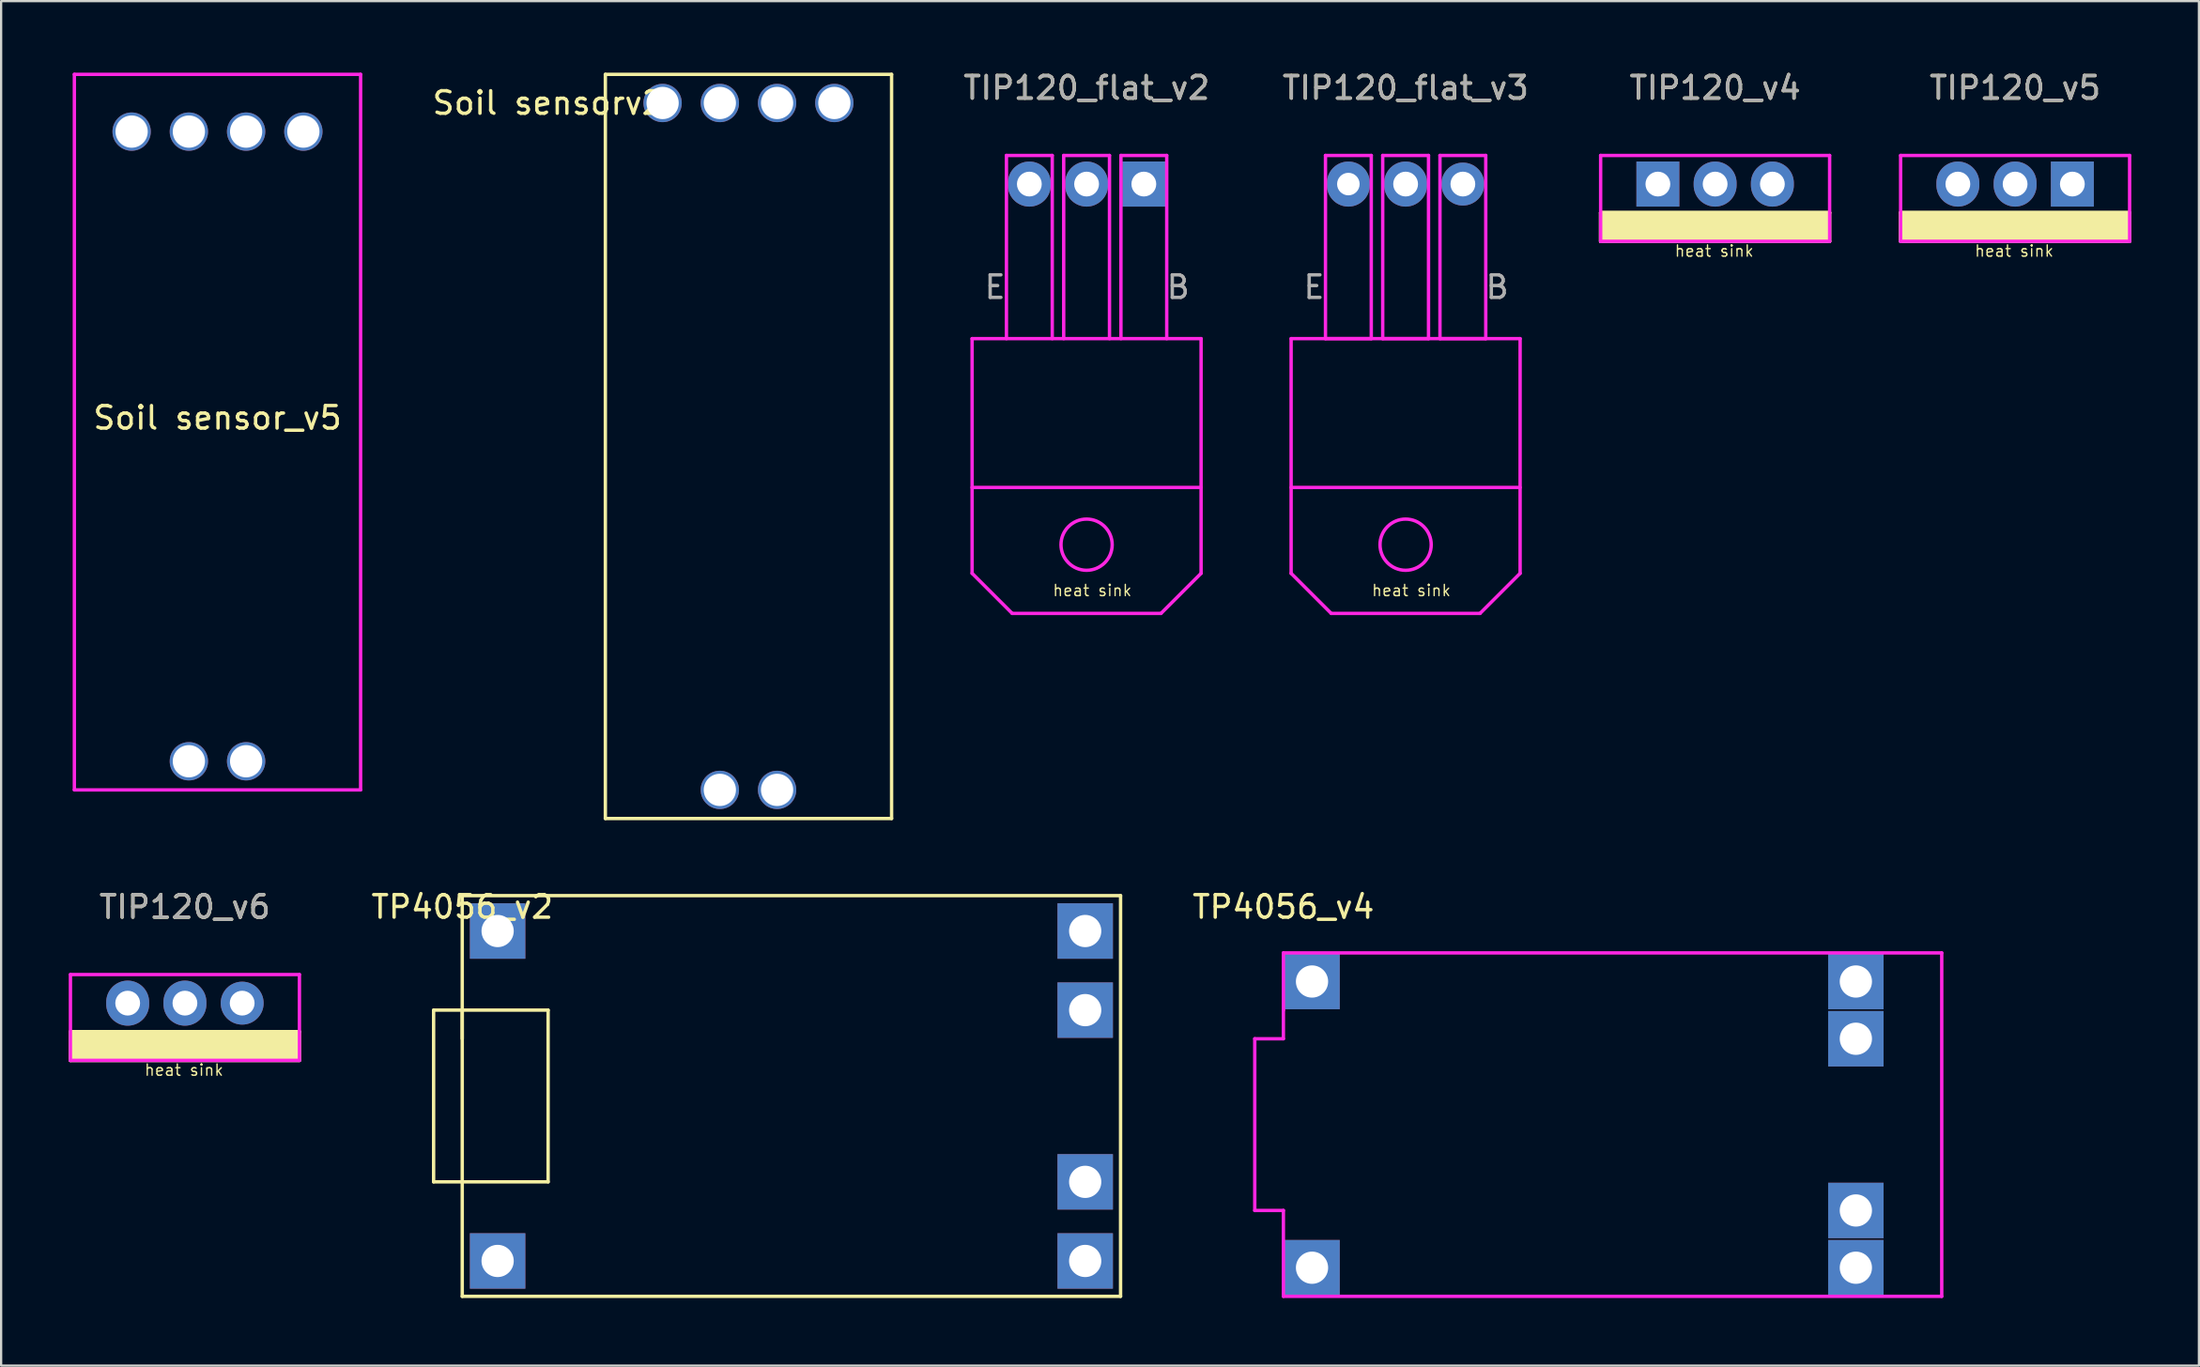
<source format=kicad_pcb>
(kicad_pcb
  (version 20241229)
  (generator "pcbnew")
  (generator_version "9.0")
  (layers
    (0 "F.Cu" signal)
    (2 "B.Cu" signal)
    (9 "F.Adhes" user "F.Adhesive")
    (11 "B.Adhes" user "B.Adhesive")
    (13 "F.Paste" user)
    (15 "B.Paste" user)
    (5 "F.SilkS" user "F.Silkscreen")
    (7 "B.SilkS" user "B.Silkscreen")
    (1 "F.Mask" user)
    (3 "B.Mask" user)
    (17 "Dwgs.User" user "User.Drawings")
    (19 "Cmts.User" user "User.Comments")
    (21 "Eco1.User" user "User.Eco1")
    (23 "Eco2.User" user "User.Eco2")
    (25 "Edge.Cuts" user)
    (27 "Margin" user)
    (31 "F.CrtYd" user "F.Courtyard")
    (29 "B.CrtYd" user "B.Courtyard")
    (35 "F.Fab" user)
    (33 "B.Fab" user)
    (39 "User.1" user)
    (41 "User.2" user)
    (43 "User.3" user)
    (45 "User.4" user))
  (footprint "TIP120_flat_v3"
    (layer "F.Cu")
    (at 56.776 5.118)
    (property "Reference" "TIP120_flat_v3" (at 2.54 -4.27 0) (layer "F.SilkS") (effects (font (size 1 1) (thickness 0.15))))
    (attr through_hole)
    (fp_line (start -2.54 6.858) (end 7.62 6.858) (stroke (width 0.15) (type solid)) (layer "F.CrtYd"))
    (fp_line (start -2.54 13.462) (end 7.62 13.462) (stroke (width 0.15) (type solid)) (layer "F.CrtYd"))
    (fp_line (start -2.54 17.272) (end -2.54 6.858) (stroke (width 0.15) (type solid)) (layer "F.CrtYd"))
    (fp_line (start -1.016 -1.27) (end 1.016 -1.27) (stroke (width 0.15) (type solid)) (layer "F.CrtYd"))
    (fp_line (start -1.016 6.858) (end -1.016 -1.27) (stroke (width 0.15) (type solid)) (layer "F.CrtYd"))
    (fp_line (start -1.016 6.858) (end 1.016 6.858) (stroke (width 0.15) (type solid)) (layer "F.CrtYd"))
    (fp_line (start -0.762 19.05) (end -2.54 17.272) (stroke (width 0.15) (type solid)) (layer "F.CrtYd"))
    (fp_line (start 1.016 6.858) (end 1.016 -1.27) (stroke (width 0.15) (type solid)) (layer "F.CrtYd"))
    (fp_line (start 1.524 -1.27) (end 3.556 -1.27) (stroke (width 0.15) (type solid)) (layer "F.CrtYd"))
    (fp_line (start 1.524 6.858) (end 1.524 -1.27) (stroke (width 0.15) (type solid)) (layer "F.CrtYd"))
    (fp_line (start 1.524 6.858) (end 3.556 6.858) (stroke (width 0.15) (type solid)) (layer "F.CrtYd"))
    (fp_line (start 3.556 6.858) (end 3.556 -1.27) (stroke (width 0.15) (type solid)) (layer "F.CrtYd"))
    (fp_line (start 4.064 -1.27) (end 6.096 -1.27) (stroke (width 0.15) (type solid)) (layer "F.CrtYd"))
    (fp_line (start 4.064 6.858) (end 4.064 -1.27) (stroke (width 0.15) (type solid)) (layer "F.CrtYd"))
    (fp_line (start 4.064 6.858) (end 6.096 6.858) (stroke (width 0.15) (type solid)) (layer "F.CrtYd"))
    (fp_line (start 5.842 19.05) (end -0.762 19.05) (stroke (width 0.15) (type solid)) (layer "F.CrtYd"))
    (fp_line (start 6.096 6.858) (end 6.096 -1.27) (stroke (width 0.15) (type solid)) (layer "F.CrtYd"))
    (fp_line (start 7.62 6.858) (end 7.62 17.272) (stroke (width 0.15) (type solid)) (layer "F.CrtYd"))
    (fp_line (start 7.62 17.272) (end 5.842 19.05) (stroke (width 0.15) (type solid)) (layer "F.CrtYd"))
    (fp_circle (center 2.54 16.002) (end 3.676 16.002) (stroke (width 0.15) (type solid)) (fill no) (layer "F.CrtYd"))
    (fp_text user "heat sink" (at 2.794 18.034 0) (layer "F.SilkS") (effects (font (size 0.5 0.5) (thickness 0.06))))
    (fp_text user "B" (at 6.604 4.572 0) (layer "F.Fab") (effects (font (size 1 1) (thickness 0.15))))
    (fp_text user "E" (at -1.524 4.572 0) (layer "F.Fab") (effects (font (size 1 1) (thickness 0.15))))
    (fp_text user "${REFERENCE}" (at 2.54 -4.27 0) (layer "F.Fab") (effects (font (size 1 1) (thickness 0.15))))
    (pad "1" thru_hole circle (at 5.08 0) (size 1.905 1.905) (drill 1.1) (layers "*.Cu" "*.Mask"))
    (pad "2" thru_hole oval (at 2.54 0) (size 1.905 2) (drill 1.1) (layers "*.Cu" "*.Mask"))
    (pad "3" thru_hole oval (at 0 0) (size 1.905 2) (drill 1) (layers "*.Cu" "*.Mask")))
  (footprint "TP4056_v2"
    (layer "F.Cu")
    (at 17.459 36.693)
    (property "Reference" "TP4056_v2" (at 0 0.5 0) (layer "F.SilkS") (effects (font (size 1 1) (thickness 0.15))))
    (attr through_hole)
    (fp_line (start -1.27 5.08) (end -1.27 12.7) (stroke (width 0.15) (type solid)) (layer "F.SilkS"))
    (fp_line (start -1.27 12.7) (end 3.81 12.7) (stroke (width 0.15) (type solid)) (layer "F.SilkS"))
    (fp_line (start 0 0) (end 29.21 0) (stroke (width 0.15) (type solid)) (layer "F.SilkS"))
    (fp_line (start 0 5.08) (end -1.27 5.08) (stroke (width 0.15) (type solid)) (layer "F.SilkS"))
    (fp_line (start 0 6.35) (end 0 5.08) (stroke (width 0.15) (type solid)) (layer "F.SilkS"))
    (fp_line (start 0 17.78) (end 0 0) (stroke (width 0.15) (type solid)) (layer "F.SilkS"))
    (fp_line (start 3.81 5.08) (end 0 5.08) (stroke (width 0.15) (type solid)) (layer "F.SilkS"))
    (fp_line (start 3.81 12.7) (end 3.81 5.08) (stroke (width 0.15) (type solid)) (layer "F.SilkS"))
    (fp_line (start 29.21 0) (end 29.21 17.78) (stroke (width 0.15) (type solid)) (layer "F.SilkS"))
    (fp_line (start 29.21 17.78) (end 0 17.78) (stroke (width 0.15) (type solid)) (layer "F.SilkS"))
    (pad "1" thru_hole rect (at 27.64 1.57) (size 2.46 2.46) (drill 1.43) (layers "*.Cu" "*.Mask"))
    (pad "2" thru_hole rect (at 27.64 5.08) (size 2.46 2.46) (drill 1.43) (layers "*.Cu" "*.Mask"))
    (pad "3" thru_hole rect (at 27.64 12.7) (size 2.46 2.46) (drill 1.43) (layers "*.Cu" "*.Mask"))
    (pad "4" thru_hole rect (at 27.64 16.21) (size 2.46 2.46) (drill 1.43) (layers "*.Cu" "*.Mask"))
    (pad "5" thru_hole rect (at 1.57 16.21) (size 2.46 2.46) (drill 1.43) (layers "*.Cu" "*.Mask"))
    (pad "6" thru_hole rect (at 1.57 1.57) (size 2.46 2.46) (drill 1.43) (layers "*.Cu" "*.Mask")))
  (footprint "TIP120_v6"
    (layer "F.Cu")
    (at 2.615 41.463)
    (property "Reference" "TIP120_v6" (at 2.54 -4.27 0) (layer "F.SilkS") (effects (font (size 1 1) (thickness 0.15))))
    (attr through_hole)
    (fp_line (start -2.54 1.27) (end -2.54 2.54) (stroke (width 0.15) (type solid)) (layer "F.SilkS"))
    (fp_line (start -2.54 1.27) (end 7.62 1.27) (stroke (width 0.15) (type solid)) (layer "F.SilkS"))
    (fp_line (start -2.54 2.54) (end 7.62 2.54) (stroke (width 0.15) (type solid)) (layer "F.SilkS"))
    (fp_line (start 7.62 1.27) (end -2.54 1.27) (stroke (width 0.15) (type solid)) (layer "F.SilkS"))
    (fp_poly (pts (xy 7.62 1.27) (xy -2.54 1.27) (xy -2.54 2.54) (xy 7.62 2.54)) (stroke (width 0.15) (type solid)) (fill yes) (layer "F.SilkS"))
    (fp_line (start -2.54 2.54) (end -2.54 -1.27) (stroke (width 0.15) (type solid)) (layer "F.CrtYd"))
    (fp_line (start -2.54 2.54) (end 7.62 2.54) (stroke (width 0.15) (type solid)) (layer "F.CrtYd"))
    (fp_line (start 7.62 -1.27) (end -2.54 -1.27) (stroke (width 0.15) (type solid)) (layer "F.CrtYd"))
    (fp_line (start 7.62 -1.27) (end 7.62 2.54) (stroke (width 0.15) (type solid)) (layer "F.CrtYd"))
    (fp_text user "heat sink" (at 2.5 2.97 0) (layer "F.SilkS") (effects (font (size 0.5 0.5) (thickness 0.06))))
    (fp_text user "${REFERENCE}" (at 2.54 -4.27 0) (layer "F.Fab") (effects (font (size 1 1) (thickness 0.15))))
    (pad "1" thru_hole circle (at 5.08 0 270) (size 1.905 1.905) (drill 1.1) (layers "*.Cu" "*.Mask"))
    (pad "2" thru_hole oval (at 2.54 0) (size 1.905 2) (drill 1.1) (layers "*.Cu" "*.Mask"))
    (pad "3" thru_hole oval (at 0 0) (size 1.905 2) (drill 1.1) (layers "*.Cu" "*.Mask")))
  (footprint "TIP120_v5"
    (layer "F.Cu")
    (at 83.819 5.118)
    (property "Reference" "TIP120_v5" (at 2.54 -4.27 0) (layer "F.SilkS") (effects (font (size 1 1) (thickness 0.15))))
    (attr through_hole)
    (fp_line (start -2.54 1.27) (end -2.54 2.54) (stroke (width 0.15) (type solid)) (layer "F.SilkS"))
    (fp_line (start -2.54 1.27) (end 7.62 1.27) (stroke (width 0.15) (type solid)) (layer "F.SilkS"))
    (fp_line (start -2.54 2.54) (end 7.62 2.54) (stroke (width 0.15) (type solid)) (layer "F.SilkS"))
    (fp_line (start 7.62 1.27) (end -2.54 1.27) (stroke (width 0.15) (type solid)) (layer "F.SilkS"))
    (fp_poly (pts (xy 7.62 1.27) (xy -2.54 1.27) (xy -2.54 2.54) (xy 7.62 2.54)) (stroke (width 0.15) (type solid)) (fill yes) (layer "F.SilkS"))
    (fp_line (start -2.54 2.54) (end -2.54 -1.27) (stroke (width 0.15) (type solid)) (layer "F.CrtYd"))
    (fp_line (start -2.54 2.54) (end 7.62 2.54) (stroke (width 0.15) (type solid)) (layer "F.CrtYd"))
    (fp_line (start 7.62 -1.27) (end -2.54 -1.27) (stroke (width 0.15) (type solid)) (layer "F.CrtYd"))
    (fp_line (start 7.62 -1.27) (end 7.62 2.54) (stroke (width 0.15) (type solid)) (layer "F.CrtYd"))
    (fp_text user "heat sink" (at 2.5 2.97 0) (layer "F.SilkS") (effects (font (size 0.5 0.5) (thickness 0.06))))
    (fp_text user "${REFERENCE}" (at 2.54 -4.27 0) (layer "F.Fab") (effects (font (size 1 1) (thickness 0.15))))
    (pad "1" thru_hole rect (at 5.08 0) (size 1.905 2) (drill 1.1) (layers "*.Cu" "*.Mask"))
    (pad "2" thru_hole oval (at 2.54 0) (size 1.905 2) (drill 1.1) (layers "*.Cu" "*.Mask"))
    (pad "3" thru_hole oval (at 0 0) (size 1.905 2) (drill 1.1) (layers "*.Cu" "*.Mask")))
  (footprint "TIP120_v4"
    (layer "F.Cu")
    (at 70.509 5.118)
    (property "Reference" "TIP120_v4" (at 2.54 -4.27 0) (layer "F.SilkS") (effects (font (size 1 1) (thickness 0.15))))
    (attr through_hole)
    (fp_line (start -2.54 1.27) (end -2.54 2.54) (stroke (width 0.15) (type solid)) (layer "F.SilkS"))
    (fp_line (start -2.54 1.27) (end 7.62 1.27) (stroke (width 0.15) (type solid)) (layer "F.SilkS"))
    (fp_line (start -2.54 2.54) (end 7.62 2.54) (stroke (width 0.15) (type solid)) (layer "F.SilkS"))
    (fp_line (start 7.62 1.27) (end -2.54 1.27) (stroke (width 0.15) (type solid)) (layer "F.SilkS"))
    (fp_poly (pts (xy 7.62 1.27) (xy -2.54 1.27) (xy -2.54 2.54) (xy 7.62 2.54)) (stroke (width 0.15) (type solid)) (fill yes) (layer "F.SilkS"))
    (fp_line (start -2.54 2.54) (end -2.54 -1.27) (stroke (width 0.15) (type solid)) (layer "F.CrtYd"))
    (fp_line (start -2.54 2.54) (end 7.62 2.54) (stroke (width 0.15) (type solid)) (layer "F.CrtYd"))
    (fp_line (start 7.62 -1.27) (end -2.54 -1.27) (stroke (width 0.15) (type solid)) (layer "F.CrtYd"))
    (fp_line (start 7.62 -1.27) (end 7.62 2.54) (stroke (width 0.15) (type solid)) (layer "F.CrtYd"))
    (fp_text user "heat sink" (at 2.5 2.97 0) (layer "F.SilkS") (effects (font (size 0.5 0.5) (thickness 0.06))))
    (fp_text user "${REFERENCE}" (at 2.54 -4.27 0) (layer "F.Fab") (effects (font (size 1 1) (thickness 0.15))))
    (pad "1" thru_hole rect (at 0 0) (size 1.905 2) (drill 1.1) (layers "*.Cu" "*.Mask"))
    (pad "2" thru_hole oval (at 2.54 0) (size 1.905 2) (drill 1.1) (layers "*.Cu" "*.Mask"))
    (pad "3" thru_hole oval (at 5.08 0) (size 1.905 2) (drill 1.1) (layers "*.Cu" "*.Mask")))
  (footprint "TP4056_v4"
    (layer "F.Cu")
    (at 53.893 36.693)
    (property "Reference" "TP4056_v4" (at 0 0.5 0) (layer "F.SilkS") (effects (font (size 1 1) (thickness 0.15))))
    (attr through_hole)
    (fp_line (start -1.27 6.35) (end -1.27 13.97) (stroke (width 0.15) (type solid)) (layer "F.CrtYd"))
    (fp_line (start -1.27 13.97) (end 0 13.97) (stroke (width 0.15) (type solid)) (layer "F.CrtYd"))
    (fp_line (start 0 2.54) (end 29.21 2.54) (stroke (width 0.15) (type solid)) (layer "F.CrtYd"))
    (fp_line (start 0 5.08) (end 0 2.54) (stroke (width 0.15) (type solid)) (layer "F.CrtYd"))
    (fp_line (start 0 5.08) (end 0 6.35) (stroke (width 0.15) (type solid)) (layer "F.CrtYd"))
    (fp_line (start 0 6.35) (end -1.27 6.35) (stroke (width 0.15) (type solid)) (layer "F.CrtYd"))
    (fp_line (start 0 13.97) (end 0 17.78) (stroke (width 0.15) (type solid)) (layer "F.CrtYd"))
    (fp_line (start 29.21 2.54) (end 29.21 17.78) (stroke (width 0.15) (type solid)) (layer "F.CrtYd"))
    (fp_line (start 29.21 17.78) (end 0 17.78) (stroke (width 0.15) (type solid)) (layer "F.CrtYd"))
    (pad "1" thru_hole rect (at 25.4 3.81) (size 2.46 2.46) (drill 1.43) (layers "*.Cu" "*.Mask"))
    (pad "2" thru_hole rect (at 25.4 6.35) (size 2.46 2.46) (drill 1.43) (layers "*.Cu" "*.Mask"))
    (pad "3" thru_hole rect (at 25.4 13.97) (size 2.46 2.46) (drill 1.43) (layers "*.Cu" "*.Mask"))
    (pad "4" thru_hole rect (at 25.4 16.51) (size 2.46 2.46) (drill 1.43) (layers "*.Cu" "*.Mask"))
    (pad "5" thru_hole rect (at 1.27 16.51) (size 2.46 2.46) (drill 1.43) (layers "*.Cu" "*.Mask"))
    (pad "6" thru_hole rect (at 1.27 3.81) (size 2.46 2.46) (drill 1.43) (layers "*.Cu" "*.Mask")))
  (footprint "TIP120_flat_v2"
    (layer "F.Cu")
    (at 42.621 5.118)
    (property "Reference" "TIP120_flat_v2" (at 2.54 -4.27 0) (layer "F.SilkS") (effects (font (size 1 1) (thickness 0.15))))
    (attr through_hole)
    (fp_line (start -2.54 6.858) (end 7.62 6.858) (stroke (width 0.15) (type solid)) (layer "F.CrtYd"))
    (fp_line (start -2.54 13.462) (end 7.62 13.462) (stroke (width 0.15) (type solid)) (layer "F.CrtYd"))
    (fp_line (start -2.54 17.272) (end -2.54 6.858) (stroke (width 0.15) (type solid)) (layer "F.CrtYd"))
    (fp_line (start -1.016 -1.27) (end 1.016 -1.27) (stroke (width 0.15) (type solid)) (layer "F.CrtYd"))
    (fp_line (start -1.016 6.858) (end -1.016 -1.27) (stroke (width 0.15) (type solid)) (layer "F.CrtYd"))
    (fp_line (start -0.762 19.05) (end -2.54 17.272) (stroke (width 0.15) (type solid)) (layer "F.CrtYd"))
    (fp_line (start 1.016 6.858) (end 1.016 -1.27) (stroke (width 0.15) (type solid)) (layer "F.CrtYd"))
    (fp_line (start 1.524 -1.27) (end 3.556 -1.27) (stroke (width 0.15) (type solid)) (layer "F.CrtYd"))
    (fp_line (start 1.524 6.858) (end 1.524 -1.27) (stroke (width 0.15) (type solid)) (layer "F.CrtYd"))
    (fp_line (start 3.556 6.858) (end 3.556 -1.27) (stroke (width 0.15) (type solid)) (layer "F.CrtYd"))
    (fp_line (start 4.064 -1.27) (end 6.096 -1.27) (stroke (width 0.15) (type solid)) (layer "F.CrtYd"))
    (fp_line (start 4.064 6.858) (end 4.064 -1.27) (stroke (width 0.15) (type solid)) (layer "F.CrtYd"))
    (fp_line (start 5.842 19.05) (end -0.762 19.05) (stroke (width 0.15) (type solid)) (layer "F.CrtYd"))
    (fp_line (start 6.096 6.858) (end 6.096 -1.27) (stroke (width 0.15) (type solid)) (layer "F.CrtYd"))
    (fp_line (start 7.62 6.858) (end 7.62 17.272) (stroke (width 0.15) (type solid)) (layer "F.CrtYd"))
    (fp_line (start 7.62 17.272) (end 5.842 19.05) (stroke (width 0.15) (type solid)) (layer "F.CrtYd"))
    (fp_circle (center 2.54 16.002) (end 3.676 16.002) (stroke (width 0.15) (type solid)) (fill no) (layer "F.CrtYd"))
    (fp_text user "heat sink" (at 2.794 18.034 0) (layer "F.SilkS") (effects (font (size 0.5 0.5) (thickness 0.06))))
    (fp_text user "B" (at 6.604 4.572 0) (layer "F.Fab") (effects (font (size 1 1) (thickness 0.15))))
    (fp_text user "E" (at -1.524 4.572 0) (layer "F.Fab") (effects (font (size 1 1) (thickness 0.15))))
    (fp_text user "${REFERENCE}" (at 2.54 -4.27 0) (layer "F.Fab") (effects (font (size 1 1) (thickness 0.15))))
    (pad "1" thru_hole rect (at 5.08 0) (size 1.905 2) (drill 1.1) (layers "*.Cu" "*.Mask"))
    (pad "2" thru_hole oval (at 2.54 0) (size 1.905 2) (drill 1.1) (layers "*.Cu" "*.Mask"))
    (pad "3" thru_hole oval (at 0 0) (size 1.905 2) (drill 1.1) (layers "*.Cu" "*.Mask")))
  (footprint "Soil sensorv2"
    (layer "F.Cu")
    (at 23.809 0.25)
    (property "Reference" "Soil sensorv2" (at -2.54 1.27 0) (layer "F.SilkS") (effects (font (size 1 1) (thickness 0.15))))
    (attr through_hole)
    (fp_line (start 0 0) (end 12.7 0) (stroke (width 0.15) (type solid)) (layer "F.SilkS"))
    (fp_line (start 0 33.02) (end 0 0) (stroke (width 0.15) (type solid)) (layer "F.SilkS"))
    (fp_line (start 12.7 0) (end 12.7 33.02) (stroke (width 0.15) (type solid)) (layer "F.SilkS"))
    (fp_line (start 12.7 33.02) (end 0 33.02) (stroke (width 0.15) (type solid)) (layer "F.SilkS"))
    (pad "1" thru_hole circle (at 2.54 1.27) (size 1.7 1.7) (drill 1.43) (layers "*.Cu" "*.Mask"))
    (pad "2" thru_hole circle (at 5.08 1.27) (size 1.7 1.7) (drill 1.43) (layers "*.Cu" "*.Mask"))
    (pad "3" thru_hole circle (at 7.62 1.27) (size 1.7 1.7) (drill 1.43) (layers "*.Cu" "*.Mask"))
    (pad "4" thru_hole circle (at 10.16 1.27) (size 1.7 1.7) (drill 1.43) (layers "*.Cu" "*.Mask"))
    (pad "5" thru_hole circle (at 5.08 31.75) (size 1.7 1.7) (drill 1.43) (layers "*.Cu" "*.Mask"))
    (pad "6" thru_hole circle (at 7.62 31.75) (size 1.7 1.7) (drill 1.43) (layers "*.Cu" "*.Mask")))
  (footprint "Soil sensor_v5"
    (layer "F.Cu")
    (at 0.25 0.25)
    (property "Reference" "Soil sensor_v5" (at 6.35 15.24 0) (layer "F.SilkS") (effects (font (size 1 1) (thickness 0.15))))
    (attr through_hole)
    (fp_line (start 0 0) (end 0 31.75) (stroke (width 0.15) (type solid)) (layer "F.CrtYd"))
    (fp_line (start 0 31.75) (end 12.7 31.75) (stroke (width 0.15) (type solid)) (layer "F.CrtYd"))
    (fp_line (start 12.7 0) (end 0 0) (stroke (width 0.15) (type solid)) (layer "F.CrtYd"))
    (fp_line (start 12.7 31.75) (end 12.7 0) (stroke (width 0.15) (type solid)) (layer "F.CrtYd"))
    (pad "+" thru_hole circle (at 5.08 30.48) (size 1.7 1.7) (drill 1.43) (layers "*.Cu" "*.Mask"))
    (pad "-" thru_hole circle (at 7.62 30.48) (size 1.7 1.7) (drill 1.43) (layers "*.Cu" "*.Mask"))
    (pad "A0" thru_hole circle (at 10.16 2.54) (size 1.7 1.7) (drill 1.43) (layers "*.Cu" "*.Mask"))
    (pad "D0" thru_hole circle (at 7.62 2.54) (size 1.7 1.7) (drill 1.43) (layers "*.Cu" "*.Mask"))
    (pad "GND" thru_hole circle (at 5.08 2.54) (size 1.7 1.7) (drill 1.43) (layers "*.Cu" "*.Mask"))
    (pad "VCC" thru_hole circle (at 2.54 2.54) (size 1.7 1.7) (drill 1.43) (layers "*.Cu" "*.Mask")))
  (gr_rect
    (start -3 -3)
    (end 94.514 57.548)
    (stroke (width 0.1) (type default))
    (fill no)
    (layer "Edge.Cuts")))
</source>
